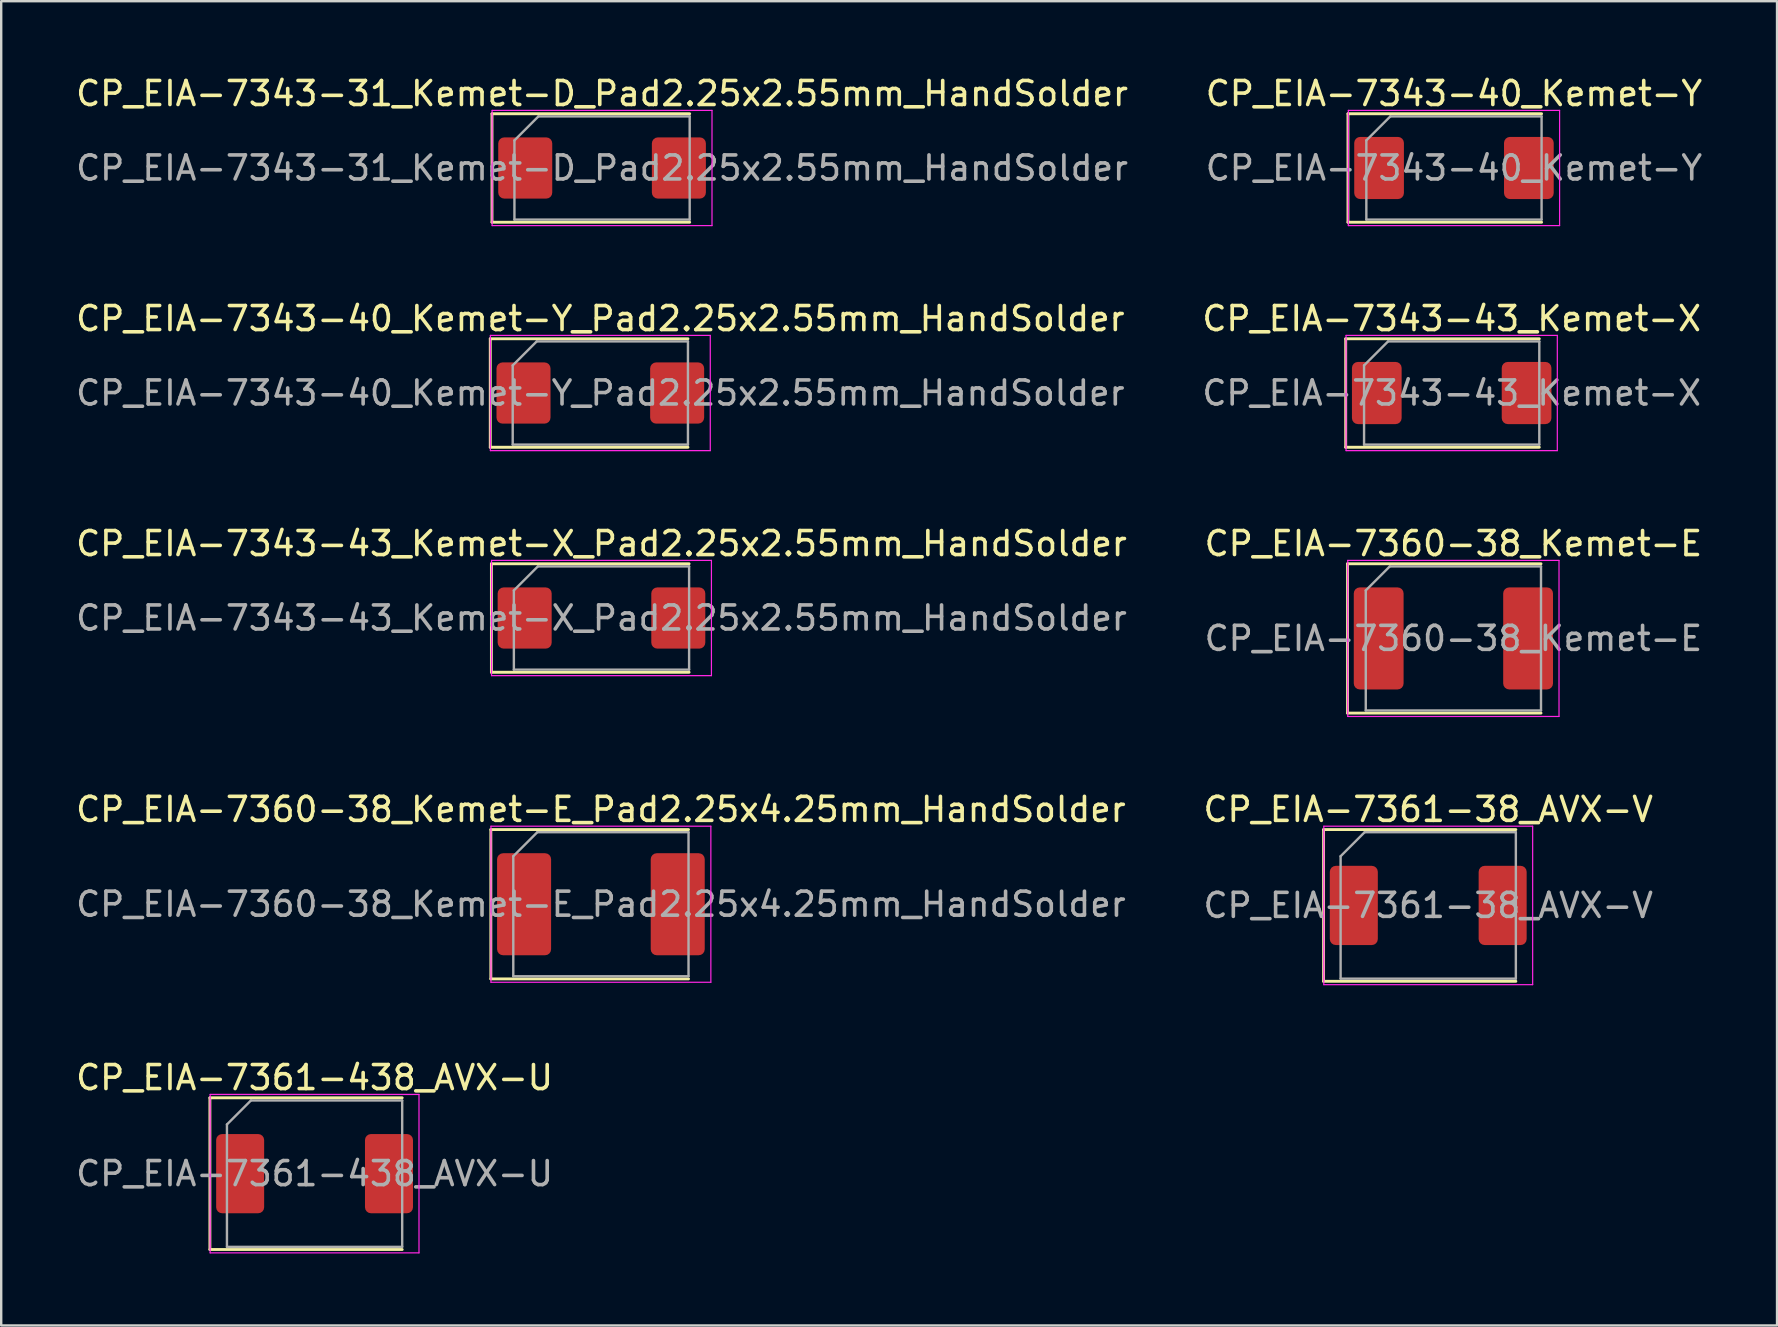
<source format=kicad_pcb>
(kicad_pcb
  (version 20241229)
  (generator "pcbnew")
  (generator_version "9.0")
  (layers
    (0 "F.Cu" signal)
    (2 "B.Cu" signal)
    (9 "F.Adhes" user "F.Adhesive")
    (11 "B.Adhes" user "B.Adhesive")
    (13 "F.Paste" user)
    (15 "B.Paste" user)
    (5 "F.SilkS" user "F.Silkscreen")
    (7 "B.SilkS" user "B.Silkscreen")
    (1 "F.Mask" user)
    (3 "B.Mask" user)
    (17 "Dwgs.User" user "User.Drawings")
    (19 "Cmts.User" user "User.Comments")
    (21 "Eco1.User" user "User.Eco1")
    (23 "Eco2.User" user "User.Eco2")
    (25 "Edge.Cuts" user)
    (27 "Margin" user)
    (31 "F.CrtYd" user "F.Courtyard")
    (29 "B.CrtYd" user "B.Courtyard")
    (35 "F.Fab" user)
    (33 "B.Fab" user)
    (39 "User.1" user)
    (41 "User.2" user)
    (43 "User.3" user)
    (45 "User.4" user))
  (footprint "CP_EIA-7360-38_Kemet-E_Pad2.25x4.25mm_HandSolder"
    (layer "F.Cu")
    (at 21.982 34.618)
    (property "Reference" "CP_EIA-7360-38_Kemet-E_Pad2.25x4.25mm_HandSolder" (at 0 -3.95 0) (layer "F.SilkS") (effects (font (size 1 1) (thickness 0.15))))
    (attr smd)
    (fp_line (start -4.585 -3.11) (end -4.585 3.11) (stroke (width 0.12) (type solid)) (layer "F.SilkS"))
    (fp_line (start -4.585 3.11) (end 3.65 3.11) (stroke (width 0.12) (type solid)) (layer "F.SilkS"))
    (fp_line (start 3.65 -3.11) (end -4.585 -3.11) (stroke (width 0.12) (type solid)) (layer "F.SilkS"))
    (fp_line (start -4.58 -3.25) (end 4.58 -3.25) (stroke (width 0.05) (type solid)) (layer "F.CrtYd"))
    (fp_line (start -4.58 3.25) (end -4.58 -3.25) (stroke (width 0.05) (type solid)) (layer "F.CrtYd"))
    (fp_line (start 4.58 -3.25) (end 4.58 3.25) (stroke (width 0.05) (type solid)) (layer "F.CrtYd"))
    (fp_line (start 4.58 3.25) (end -4.58 3.25) (stroke (width 0.05) (type solid)) (layer "F.CrtYd"))
    (fp_line (start -3.65 -2) (end -3.65 3) (stroke (width 0.1) (type solid)) (layer "F.Fab"))
    (fp_line (start -3.65 3) (end 3.65 3) (stroke (width 0.1) (type solid)) (layer "F.Fab"))
    (fp_line (start -2.65 -3) (end -3.65 -2) (stroke (width 0.1) (type solid)) (layer "F.Fab"))
    (fp_line (start 3.65 -3) (end -2.65 -3) (stroke (width 0.1) (type solid)) (layer "F.Fab"))
    (fp_line (start 3.65 3) (end 3.65 -3) (stroke (width 0.1) (type solid)) (layer "F.Fab"))
    (fp_text user "${REFERENCE}" (at 0 0 0) (layer "F.Fab") (effects (font (size 1 1) (thickness 0.15))))
    (pad "1" smd roundrect (at -3.2 0) (size 2.25 4.25) (layers "F.Cu" "F.Mask" "F.Paste") (roundrect_rratio 0.111))
    (pad "2" smd roundrect (at 3.2 0) (size 2.25 4.25) (layers "F.Cu" "F.Mask" "F.Paste") (roundrect_rratio 0.111)))
  (footprint "CP_EIA-7343-43_Kemet-X"
    (layer "F.Cu")
    (at 57.423 13.322)
    (property "Reference" "CP_EIA-7343-43_Kemet-X" (at 0 -3.1 0) (layer "F.SilkS") (effects (font (size 1 1) (thickness 0.15))))
    (attr smd)
    (fp_line (start -4.415 -2.26) (end -4.415 2.26) (stroke (width 0.12) (type solid)) (layer "F.SilkS"))
    (fp_line (start -4.415 2.26) (end 3.65 2.26) (stroke (width 0.12) (type solid)) (layer "F.SilkS"))
    (fp_line (start 3.65 -2.26) (end -4.415 -2.26) (stroke (width 0.12) (type solid)) (layer "F.SilkS"))
    (fp_line (start -4.4 -2.4) (end 4.4 -2.4) (stroke (width 0.05) (type solid)) (layer "F.CrtYd"))
    (fp_line (start -4.4 2.4) (end -4.4 -2.4) (stroke (width 0.05) (type solid)) (layer "F.CrtYd"))
    (fp_line (start 4.4 -2.4) (end 4.4 2.4) (stroke (width 0.05) (type solid)) (layer "F.CrtYd"))
    (fp_line (start 4.4 2.4) (end -4.4 2.4) (stroke (width 0.05) (type solid)) (layer "F.CrtYd"))
    (fp_line (start -3.65 -1.15) (end -3.65 2.15) (stroke (width 0.1) (type solid)) (layer "F.Fab"))
    (fp_line (start -3.65 2.15) (end 3.65 2.15) (stroke (width 0.1) (type solid)) (layer "F.Fab"))
    (fp_line (start -2.65 -2.15) (end -3.65 -1.15) (stroke (width 0.1) (type solid)) (layer "F.Fab"))
    (fp_line (start 3.65 -2.15) (end -2.65 -2.15) (stroke (width 0.1) (type solid)) (layer "F.Fab"))
    (fp_line (start 3.65 2.15) (end 3.65 -2.15) (stroke (width 0.1) (type solid)) (layer "F.Fab"))
    (fp_text user "${REFERENCE}" (at 0 0 0) (layer "F.Fab") (effects (font (size 1 1) (thickness 0.15))))
    (pad "1" smd roundrect (at -3.12 0) (size 2.07 2.59) (layers "F.Cu" "F.Mask" "F.Paste") (roundrect_rratio 0.121))
    (pad "2" smd roundrect (at 3.12 0) (size 2.07 2.59) (layers "F.Cu" "F.Mask" "F.Paste") (roundrect_rratio 0.121)))
  (footprint "CP_EIA-7343-43_Kemet-X_Pad2.25x2.55mm_HandSolder"
    (layer "F.Cu")
    (at 22.006 22.695)
    (property "Reference" "CP_EIA-7343-43_Kemet-X_Pad2.25x2.55mm_HandSolder" (at 0 -3.1 0) (layer "F.SilkS") (effects (font (size 1 1) (thickness 0.15))))
    (attr smd)
    (fp_line (start -4.585 -2.26) (end -4.585 2.26) (stroke (width 0.12) (type solid)) (layer "F.SilkS"))
    (fp_line (start -4.585 2.26) (end 3.65 2.26) (stroke (width 0.12) (type solid)) (layer "F.SilkS"))
    (fp_line (start 3.65 -2.26) (end -4.585 -2.26) (stroke (width 0.12) (type solid)) (layer "F.SilkS"))
    (fp_line (start -4.58 -2.4) (end 4.58 -2.4) (stroke (width 0.05) (type solid)) (layer "F.CrtYd"))
    (fp_line (start -4.58 2.4) (end -4.58 -2.4) (stroke (width 0.05) (type solid)) (layer "F.CrtYd"))
    (fp_line (start 4.58 -2.4) (end 4.58 2.4) (stroke (width 0.05) (type solid)) (layer "F.CrtYd"))
    (fp_line (start 4.58 2.4) (end -4.58 2.4) (stroke (width 0.05) (type solid)) (layer "F.CrtYd"))
    (fp_line (start -3.65 -1.15) (end -3.65 2.15) (stroke (width 0.1) (type solid)) (layer "F.Fab"))
    (fp_line (start -3.65 2.15) (end 3.65 2.15) (stroke (width 0.1) (type solid)) (layer "F.Fab"))
    (fp_line (start -2.65 -2.15) (end -3.65 -1.15) (stroke (width 0.1) (type solid)) (layer "F.Fab"))
    (fp_line (start 3.65 -2.15) (end -2.65 -2.15) (stroke (width 0.1) (type solid)) (layer "F.Fab"))
    (fp_line (start 3.65 2.15) (end 3.65 -2.15) (stroke (width 0.1) (type solid)) (layer "F.Fab"))
    (fp_text user "${REFERENCE}" (at 0 0 0) (layer "F.Fab") (effects (font (size 1 1) (thickness 0.15))))
    (pad "1" smd roundrect (at -3.2 0) (size 2.25 2.55) (layers "F.Cu" "F.Mask" "F.Paste") (roundrect_rratio 0.111))
    (pad "2" smd roundrect (at 3.2 0) (size 2.25 2.55) (layers "F.Cu" "F.Mask" "F.Paste") (roundrect_rratio 0.111)))
  (footprint "CP_EIA-7343-31_Kemet-D_Pad2.25x2.55mm_HandSolder"
    (layer "F.Cu")
    (at 22.03 3.948)
    (property "Reference" "CP_EIA-7343-31_Kemet-D_Pad2.25x2.55mm_HandSolder" (at 0 -3.1 0) (layer "F.SilkS") (effects (font (size 1 1) (thickness 0.15))))
    (attr smd)
    (fp_line (start -4.585 -2.26) (end -4.585 2.26) (stroke (width 0.12) (type solid)) (layer "F.SilkS"))
    (fp_line (start -4.585 2.26) (end 3.65 2.26) (stroke (width 0.12) (type solid)) (layer "F.SilkS"))
    (fp_line (start 3.65 -2.26) (end -4.585 -2.26) (stroke (width 0.12) (type solid)) (layer "F.SilkS"))
    (fp_line (start -4.58 -2.4) (end 4.58 -2.4) (stroke (width 0.05) (type solid)) (layer "F.CrtYd"))
    (fp_line (start -4.58 2.4) (end -4.58 -2.4) (stroke (width 0.05) (type solid)) (layer "F.CrtYd"))
    (fp_line (start 4.58 -2.4) (end 4.58 2.4) (stroke (width 0.05) (type solid)) (layer "F.CrtYd"))
    (fp_line (start 4.58 2.4) (end -4.58 2.4) (stroke (width 0.05) (type solid)) (layer "F.CrtYd"))
    (fp_line (start -3.65 -1.15) (end -3.65 2.15) (stroke (width 0.1) (type solid)) (layer "F.Fab"))
    (fp_line (start -3.65 2.15) (end 3.65 2.15) (stroke (width 0.1) (type solid)) (layer "F.Fab"))
    (fp_line (start -2.65 -2.15) (end -3.65 -1.15) (stroke (width 0.1) (type solid)) (layer "F.Fab"))
    (fp_line (start 3.65 -2.15) (end -2.65 -2.15) (stroke (width 0.1) (type solid)) (layer "F.Fab"))
    (fp_line (start 3.65 2.15) (end 3.65 -2.15) (stroke (width 0.1) (type solid)) (layer "F.Fab"))
    (fp_text user "${REFERENCE}" (at 0 0 0) (layer "F.Fab") (effects (font (size 1 1) (thickness 0.15))))
    (pad "1" smd roundrect (at -3.2 0) (size 2.25 2.55) (layers "F.Cu" "F.Mask" "F.Paste") (roundrect_rratio 0.111))
    (pad "2" smd roundrect (at 3.2 0) (size 2.25 2.55) (layers "F.Cu" "F.Mask" "F.Paste") (roundrect_rratio 0.111)))
  (footprint "CP_EIA-7361-438_AVX-U"
    (layer "F.Cu")
    (at 10.054 45.841)
    (property "Reference" "CP_EIA-7361-438_AVX-U" (at 0 -4 0) (layer "F.SilkS") (effects (font (size 1 1) (thickness 0.15))))
    (attr smd)
    (fp_line (start -4.36 -3.16) (end -4.36 3.16) (stroke (width 0.12) (type solid)) (layer "F.SilkS"))
    (fp_line (start -4.36 3.16) (end 3.65 3.16) (stroke (width 0.12) (type solid)) (layer "F.SilkS"))
    (fp_line (start 3.65 -3.16) (end -4.36 -3.16) (stroke (width 0.12) (type solid)) (layer "F.SilkS"))
    (fp_line (start -4.35 -3.3) (end 4.35 -3.3) (stroke (width 0.05) (type solid)) (layer "F.CrtYd"))
    (fp_line (start -4.35 3.3) (end -4.35 -3.3) (stroke (width 0.05) (type solid)) (layer "F.CrtYd"))
    (fp_line (start 4.35 -3.3) (end 4.35 3.3) (stroke (width 0.05) (type solid)) (layer "F.CrtYd"))
    (fp_line (start 4.35 3.3) (end -4.35 3.3) (stroke (width 0.05) (type solid)) (layer "F.CrtYd"))
    (fp_line (start -3.65 -2.05) (end -3.65 3.05) (stroke (width 0.1) (type solid)) (layer "F.Fab"))
    (fp_line (start -3.65 3.05) (end 3.65 3.05) (stroke (width 0.1) (type solid)) (layer "F.Fab"))
    (fp_line (start -2.65 -3.05) (end -3.65 -2.05) (stroke (width 0.1) (type solid)) (layer "F.Fab"))
    (fp_line (start 3.65 -3.05) (end -2.65 -3.05) (stroke (width 0.1) (type solid)) (layer "F.Fab"))
    (fp_line (start 3.65 3.05) (end 3.65 -3.05) (stroke (width 0.1) (type solid)) (layer "F.Fab"))
    (fp_text user "${REFERENCE}" (at 0 0 0) (layer "F.Fab") (effects (font (size 1 1) (thickness 0.15))))
    (pad "1" smd roundrect (at -3.1 0) (size 2 3.3) (layers "F.Cu" "F.Mask" "F.Paste") (roundrect_rratio 0.125))
    (pad "2" smd roundrect (at 3.1 0) (size 2 3.3) (layers "F.Cu" "F.Mask" "F.Paste") (roundrect_rratio 0.125)))
  (footprint "CP_EIA-7360-38_Kemet-E"
    (layer "F.Cu")
    (at 57.494 23.545)
    (property "Reference" "CP_EIA-7360-38_Kemet-E" (at 0 -3.95 0) (layer "F.SilkS") (effects (font (size 1 1) (thickness 0.15))))
    (attr smd)
    (fp_line (start -4.41 -3.11) (end -4.41 3.11) (stroke (width 0.12) (type solid)) (layer "F.SilkS"))
    (fp_line (start -4.41 3.11) (end 3.65 3.11) (stroke (width 0.12) (type solid)) (layer "F.SilkS"))
    (fp_line (start 3.65 -3.11) (end -4.41 -3.11) (stroke (width 0.12) (type solid)) (layer "F.SilkS"))
    (fp_line (start -4.4 -3.25) (end 4.4 -3.25) (stroke (width 0.05) (type solid)) (layer "F.CrtYd"))
    (fp_line (start -4.4 3.25) (end -4.4 -3.25) (stroke (width 0.05) (type solid)) (layer "F.CrtYd"))
    (fp_line (start 4.4 -3.25) (end 4.4 3.25) (stroke (width 0.05) (type solid)) (layer "F.CrtYd"))
    (fp_line (start 4.4 3.25) (end -4.4 3.25) (stroke (width 0.05) (type solid)) (layer "F.CrtYd"))
    (fp_line (start -3.65 -2) (end -3.65 3) (stroke (width 0.1) (type solid)) (layer "F.Fab"))
    (fp_line (start -3.65 3) (end 3.65 3) (stroke (width 0.1) (type solid)) (layer "F.Fab"))
    (fp_line (start -2.65 -3) (end -3.65 -2) (stroke (width 0.1) (type solid)) (layer "F.Fab"))
    (fp_line (start 3.65 -3) (end -2.65 -3) (stroke (width 0.1) (type solid)) (layer "F.Fab"))
    (fp_line (start 3.65 3) (end 3.65 -3) (stroke (width 0.1) (type solid)) (layer "F.Fab"))
    (fp_text user "${REFERENCE}" (at 0 0 0) (layer "F.Fab") (effects (font (size 1 1) (thickness 0.15))))
    (pad "1" smd roundrect (at -3.112 0) (size 2.075 4.25) (layers "F.Cu" "F.Mask" "F.Paste") (roundrect_rratio 0.12))
    (pad "2" smd roundrect (at 3.112 0) (size 2.075 4.25) (layers "F.Cu" "F.Mask" "F.Paste") (roundrect_rratio 0.12)))
  (footprint "CP_EIA-7361-38_AVX-V"
    (layer "F.Cu")
    (at 56.446 34.668)
    (property "Reference" "CP_EIA-7361-38_AVX-V" (at 0 -4 0) (layer "F.SilkS") (effects (font (size 1 1) (thickness 0.15))))
    (attr smd)
    (fp_line (start -4.36 -3.16) (end -4.36 3.16) (stroke (width 0.12) (type solid)) (layer "F.SilkS"))
    (fp_line (start -4.36 3.16) (end 3.65 3.16) (stroke (width 0.12) (type solid)) (layer "F.SilkS"))
    (fp_line (start 3.65 -3.16) (end -4.36 -3.16) (stroke (width 0.12) (type solid)) (layer "F.SilkS"))
    (fp_line (start -4.35 -3.3) (end 4.35 -3.3) (stroke (width 0.05) (type solid)) (layer "F.CrtYd"))
    (fp_line (start -4.35 3.3) (end -4.35 -3.3) (stroke (width 0.05) (type solid)) (layer "F.CrtYd"))
    (fp_line (start 4.35 -3.3) (end 4.35 3.3) (stroke (width 0.05) (type solid)) (layer "F.CrtYd"))
    (fp_line (start 4.35 3.3) (end -4.35 3.3) (stroke (width 0.05) (type solid)) (layer "F.CrtYd"))
    (fp_line (start -3.65 -2.05) (end -3.65 3.05) (stroke (width 0.1) (type solid)) (layer "F.Fab"))
    (fp_line (start -3.65 3.05) (end 3.65 3.05) (stroke (width 0.1) (type solid)) (layer "F.Fab"))
    (fp_line (start -2.65 -3.05) (end -3.65 -2.05) (stroke (width 0.1) (type solid)) (layer "F.Fab"))
    (fp_line (start 3.65 -3.05) (end -2.65 -3.05) (stroke (width 0.1) (type solid)) (layer "F.Fab"))
    (fp_line (start 3.65 3.05) (end 3.65 -3.05) (stroke (width 0.1) (type solid)) (layer "F.Fab"))
    (fp_text user "${REFERENCE}" (at 0 0 0) (layer "F.Fab") (effects (font (size 1 1) (thickness 0.15))))
    (pad "1" smd roundrect (at -3.1 0) (size 2 3.3) (layers "F.Cu" "F.Mask" "F.Paste") (roundrect_rratio 0.125))
    (pad "2" smd roundrect (at 3.1 0) (size 2 3.3) (layers "F.Cu" "F.Mask" "F.Paste") (roundrect_rratio 0.125)))
  (footprint "CP_EIA-7343-40_Kemet-Y_Pad2.25x2.55mm_HandSolder"
    (layer "F.Cu")
    (at 21.958 13.322)
    (property "Reference" "CP_EIA-7343-40_Kemet-Y_Pad2.25x2.55mm_HandSolder" (at 0 -3.1 0) (layer "F.SilkS") (effects (font (size 1 1) (thickness 0.15))))
    (attr smd)
    (fp_line (start -4.585 -2.26) (end -4.585 2.26) (stroke (width 0.12) (type solid)) (layer "F.SilkS"))
    (fp_line (start -4.585 2.26) (end 3.65 2.26) (stroke (width 0.12) (type solid)) (layer "F.SilkS"))
    (fp_line (start 3.65 -2.26) (end -4.585 -2.26) (stroke (width 0.12) (type solid)) (layer "F.SilkS"))
    (fp_line (start -4.58 -2.4) (end 4.58 -2.4) (stroke (width 0.05) (type solid)) (layer "F.CrtYd"))
    (fp_line (start -4.58 2.4) (end -4.58 -2.4) (stroke (width 0.05) (type solid)) (layer "F.CrtYd"))
    (fp_line (start 4.58 -2.4) (end 4.58 2.4) (stroke (width 0.05) (type solid)) (layer "F.CrtYd"))
    (fp_line (start 4.58 2.4) (end -4.58 2.4) (stroke (width 0.05) (type solid)) (layer "F.CrtYd"))
    (fp_line (start -3.65 -1.15) (end -3.65 2.15) (stroke (width 0.1) (type solid)) (layer "F.Fab"))
    (fp_line (start -3.65 2.15) (end 3.65 2.15) (stroke (width 0.1) (type solid)) (layer "F.Fab"))
    (fp_line (start -2.65 -2.15) (end -3.65 -1.15) (stroke (width 0.1) (type solid)) (layer "F.Fab"))
    (fp_line (start 3.65 -2.15) (end -2.65 -2.15) (stroke (width 0.1) (type solid)) (layer "F.Fab"))
    (fp_line (start 3.65 2.15) (end 3.65 -2.15) (stroke (width 0.1) (type solid)) (layer "F.Fab"))
    (fp_text user "${REFERENCE}" (at 0 0 0) (layer "F.Fab") (effects (font (size 1 1) (thickness 0.15))))
    (pad "1" smd roundrect (at -3.2 0) (size 2.25 2.55) (layers "F.Cu" "F.Mask" "F.Paste") (roundrect_rratio 0.111))
    (pad "2" smd roundrect (at 3.2 0) (size 2.25 2.55) (layers "F.Cu" "F.Mask" "F.Paste") (roundrect_rratio 0.111)))
  (footprint "CP_EIA-7343-40_Kemet-Y"
    (layer "F.Cu")
    (at 57.518 3.948)
    (property "Reference" "CP_EIA-7343-40_Kemet-Y" (at 0 -3.1 0) (layer "F.SilkS") (effects (font (size 1 1) (thickness 0.15))))
    (attr smd)
    (fp_line (start -4.415 -2.26) (end -4.415 2.26) (stroke (width 0.12) (type solid)) (layer "F.SilkS"))
    (fp_line (start -4.415 2.26) (end 3.65 2.26) (stroke (width 0.12) (type solid)) (layer "F.SilkS"))
    (fp_line (start 3.65 -2.26) (end -4.415 -2.26) (stroke (width 0.12) (type solid)) (layer "F.SilkS"))
    (fp_line (start -4.4 -2.4) (end 4.4 -2.4) (stroke (width 0.05) (type solid)) (layer "F.CrtYd"))
    (fp_line (start -4.4 2.4) (end -4.4 -2.4) (stroke (width 0.05) (type solid)) (layer "F.CrtYd"))
    (fp_line (start 4.4 -2.4) (end 4.4 2.4) (stroke (width 0.05) (type solid)) (layer "F.CrtYd"))
    (fp_line (start 4.4 2.4) (end -4.4 2.4) (stroke (width 0.05) (type solid)) (layer "F.CrtYd"))
    (fp_line (start -3.65 -1.15) (end -3.65 2.15) (stroke (width 0.1) (type solid)) (layer "F.Fab"))
    (fp_line (start -3.65 2.15) (end 3.65 2.15) (stroke (width 0.1) (type solid)) (layer "F.Fab"))
    (fp_line (start -2.65 -2.15) (end -3.65 -1.15) (stroke (width 0.1) (type solid)) (layer "F.Fab"))
    (fp_line (start 3.65 -2.15) (end -2.65 -2.15) (stroke (width 0.1) (type solid)) (layer "F.Fab"))
    (fp_line (start 3.65 2.15) (end 3.65 -2.15) (stroke (width 0.1) (type solid)) (layer "F.Fab"))
    (fp_text user "${REFERENCE}" (at 0 0 0) (layer "F.Fab") (effects (font (size 1 1) (thickness 0.15))))
    (pad "1" smd roundrect (at -3.12 0) (size 2.07 2.59) (layers "F.Cu" "F.Mask" "F.Paste") (roundrect_rratio 0.121))
    (pad "2" smd roundrect (at 3.12 0) (size 2.07 2.59) (layers "F.Cu" "F.Mask" "F.Paste") (roundrect_rratio 0.121)))
  (gr_rect
    (start -3 -3)
    (end 70.976 52.166)
    (stroke (width 0.1) (type default))
    (fill no)
    (layer "Edge.Cuts")))
</source>
